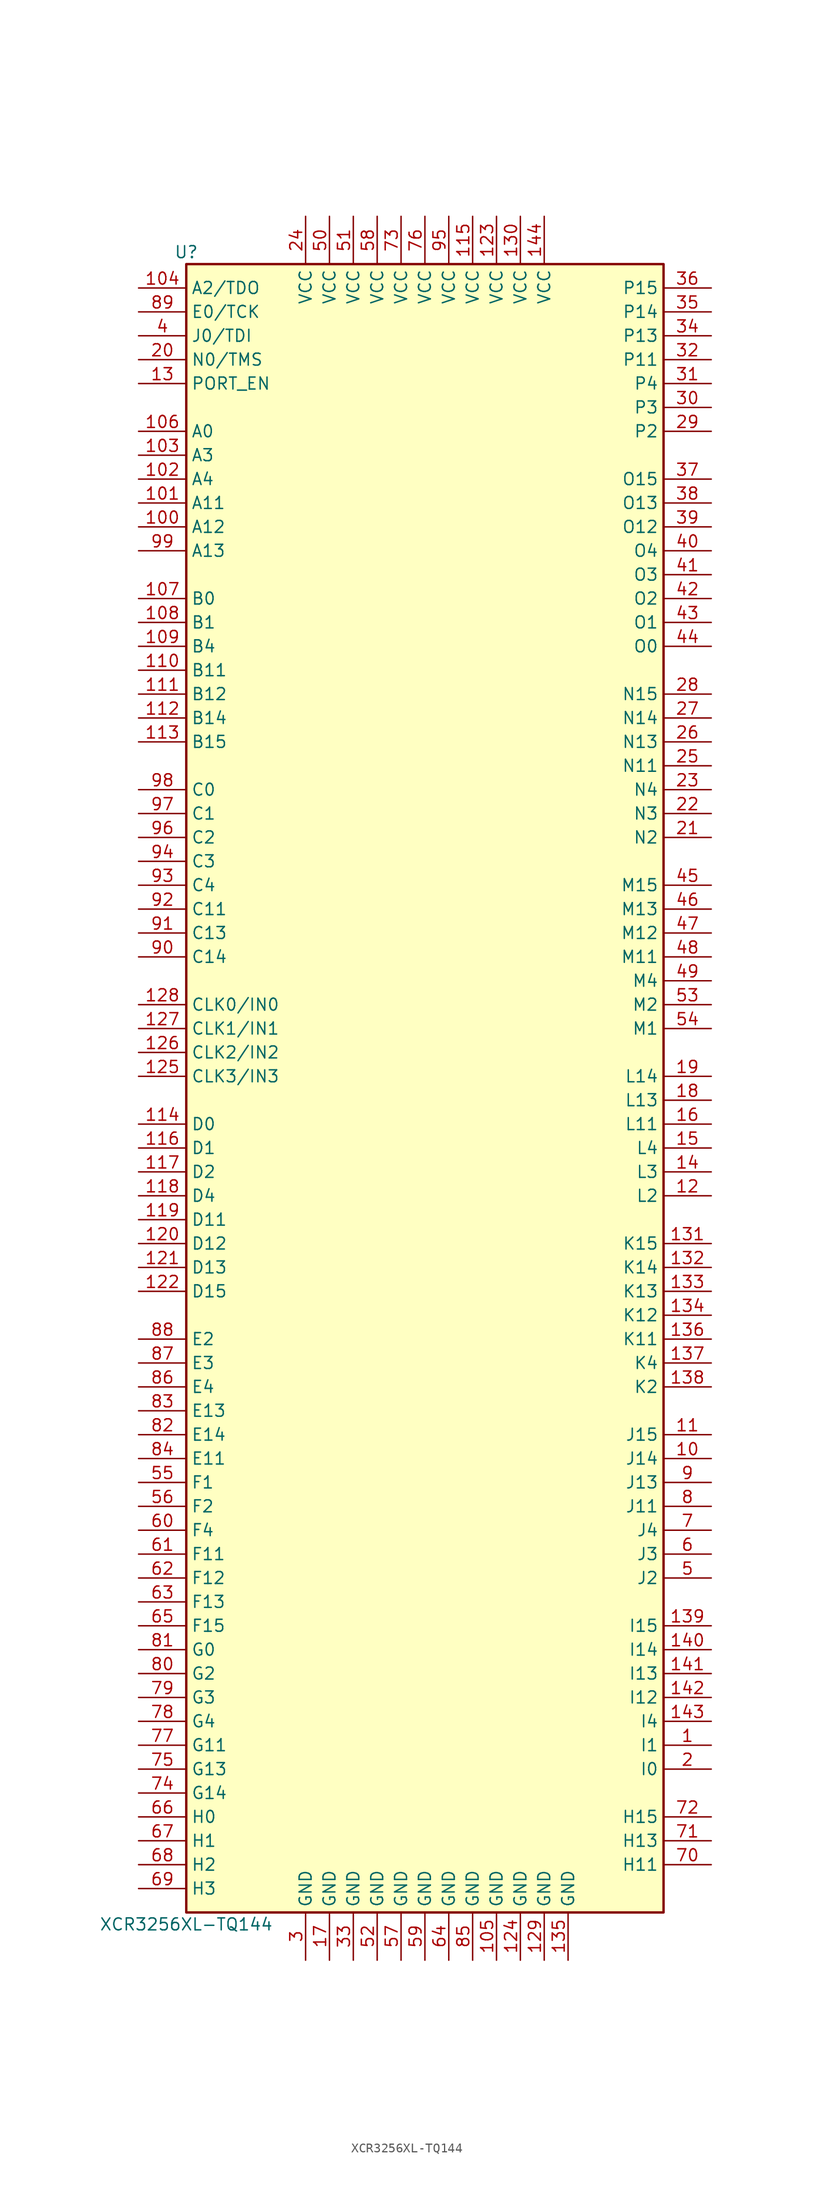
<source format=kicad_sym>
(kicad_symbol_lib
  (version 20201005)
  (generator kicad_symbol_editor)
  (symbol "XCR3256XL-TQ144"
    (property "Reference" "U"
      (at -25.4 87.63 0)
      (effects (font (size 1.27 1.27))))
    (property "Value" "XCR3256XL-TQ144"
      (at -25.4 -90.17 0)
      (effects (font (size 1.27 1.27))))
    (symbol "XCR3256XL-TQ144_1_1"
      (rectangle (start -25.4 86.36) (end 25.4 -88.9) (stroke (width 0.254)) (fill (type background)))
      (pin passive line (at 30.48 -71.12 180) (length 5.08) (name "I1" (effects (font (size 1.27 1.27)))) (number "1" (effects (font (size 1.27 1.27)))))
      (pin passive line (at 30.48 -40.64 180) (length 5.08) (name "J14" (effects (font (size 1.27 1.27)))) (number "10" (effects (font (size 1.27 1.27)))))
      (pin passive line (at -30.48 58.42 0) (length 5.08) (name "A12" (effects (font (size 1.27 1.27)))) (number "100" (effects (font (size 1.27 1.27)))))
      (pin passive line (at -30.48 60.96 0) (length 5.08) (name "A11" (effects (font (size 1.27 1.27)))) (number "101" (effects (font (size 1.27 1.27)))))
      (pin passive line (at -30.48 63.5 0) (length 5.08) (name "A4" (effects (font (size 1.27 1.27)))) (number "102" (effects (font (size 1.27 1.27)))))
      (pin passive line (at -30.48 66.04 0) (length 5.08) (name "A3" (effects (font (size 1.27 1.27)))) (number "103" (effects (font (size 1.27 1.27)))))
      (pin passive line (at -30.48 83.82 0) (length 5.08) (name "A2/TDO" (effects (font (size 1.27 1.27)))) (number "104" (effects (font (size 1.27 1.27)))))
      (pin power_in line (at 7.62 -93.98 90) (length 5.08) (name "GND" (effects (font (size 1.27 1.27)))) (number "105" (effects (font (size 1.27 1.27)))))
      (pin passive line (at -30.48 68.58 0) (length 5.08) (name "A0" (effects (font (size 1.27 1.27)))) (number "106" (effects (font (size 1.27 1.27)))))
      (pin passive line (at -30.48 50.8 0) (length 5.08) (name "B0" (effects (font (size 1.27 1.27)))) (number "107" (effects (font (size 1.27 1.27)))))
      (pin passive line (at -30.48 48.26 0) (length 5.08) (name "B1" (effects (font (size 1.27 1.27)))) (number "108" (effects (font (size 1.27 1.27)))))
      (pin passive line (at -30.48 45.72 0) (length 5.08) (name "B4" (effects (font (size 1.27 1.27)))) (number "109" (effects (font (size 1.27 1.27)))))
      (pin passive line (at 30.48 -38.1 180) (length 5.08) (name "J15" (effects (font (size 1.27 1.27)))) (number "11" (effects (font (size 1.27 1.27)))))
      (pin passive line (at -30.48 43.18 0) (length 5.08) (name "B11" (effects (font (size 1.27 1.27)))) (number "110" (effects (font (size 1.27 1.27)))))
      (pin passive line (at -30.48 40.64 0) (length 5.08) (name "B12" (effects (font (size 1.27 1.27)))) (number "111" (effects (font (size 1.27 1.27)))))
      (pin passive line (at -30.48 38.1 0) (length 5.08) (name "B14" (effects (font (size 1.27 1.27)))) (number "112" (effects (font (size 1.27 1.27)))))
      (pin passive line (at -30.48 35.56 0) (length 5.08) (name "B15" (effects (font (size 1.27 1.27)))) (number "113" (effects (font (size 1.27 1.27)))))
      (pin passive line (at -30.48 -5.08 0) (length 5.08) (name "D0" (effects (font (size 1.27 1.27)))) (number "114" (effects (font (size 1.27 1.27)))))
      (pin power_in line (at 5.08 91.44 270) (length 5.08) (name "VCC" (effects (font (size 1.27 1.27)))) (number "115" (effects (font (size 1.27 1.27)))))
      (pin passive line (at -30.48 -7.62 0) (length 5.08) (name "D1" (effects (font (size 1.27 1.27)))) (number "116" (effects (font (size 1.27 1.27)))))
      (pin passive line (at -30.48 -10.16 0) (length 5.08) (name "D2" (effects (font (size 1.27 1.27)))) (number "117" (effects (font (size 1.27 1.27)))))
      (pin passive line (at -30.48 -12.7 0) (length 5.08) (name "D4" (effects (font (size 1.27 1.27)))) (number "118" (effects (font (size 1.27 1.27)))))
      (pin passive line (at -30.48 -15.24 0) (length 5.08) (name "D11" (effects (font (size 1.27 1.27)))) (number "119" (effects (font (size 1.27 1.27)))))
      (pin passive line (at 30.48 -12.7 180) (length 5.08) (name "L2" (effects (font (size 1.27 1.27)))) (number "12" (effects (font (size 1.27 1.27)))))
      (pin passive line (at -30.48 -17.78 0) (length 5.08) (name "D12" (effects (font (size 1.27 1.27)))) (number "120" (effects (font (size 1.27 1.27)))))
      (pin passive line (at -30.48 -20.32 0) (length 5.08) (name "D13" (effects (font (size 1.27 1.27)))) (number "121" (effects (font (size 1.27 1.27)))))
      (pin passive line (at -30.48 -22.86 0) (length 5.08) (name "D15" (effects (font (size 1.27 1.27)))) (number "122" (effects (font (size 1.27 1.27)))))
      (pin power_in line (at 7.62 91.44 270) (length 5.08) (name "VCC" (effects (font (size 1.27 1.27)))) (number "123" (effects (font (size 1.27 1.27)))))
      (pin power_in line (at 10.16 -93.98 90) (length 5.08) (name "GND" (effects (font (size 1.27 1.27)))) (number "124" (effects (font (size 1.27 1.27)))))
      (pin input line (at -30.48 0 0) (length 5.08) (name "CLK3/IN3" (effects (font (size 1.27 1.27)))) (number "125" (effects (font (size 1.27 1.27)))))
      (pin input line (at -30.48 2.54 0) (length 5.08) (name "CLK2/IN2" (effects (font (size 1.27 1.27)))) (number "126" (effects (font (size 1.27 1.27)))))
      (pin input line (at -30.48 5.08 0) (length 5.08) (name "CLK1/IN1" (effects (font (size 1.27 1.27)))) (number "127" (effects (font (size 1.27 1.27)))))
      (pin input line (at -30.48 7.62 0) (length 5.08) (name "CLK0/IN0" (effects (font (size 1.27 1.27)))) (number "128" (effects (font (size 1.27 1.27)))))
      (pin power_in line (at 12.7 -93.98 90) (length 5.08) (name "GND" (effects (font (size 1.27 1.27)))) (number "129" (effects (font (size 1.27 1.27)))))
      (pin passive line (at -30.48 73.66 0) (length 5.08) (name "PORT_EN" (effects (font (size 1.27 1.27)))) (number "13" (effects (font (size 1.27 1.27)))))
      (pin power_in line (at 10.16 91.44 270) (length 5.08) (name "VCC" (effects (font (size 1.27 1.27)))) (number "130" (effects (font (size 1.27 1.27)))))
      (pin passive line (at 30.48 -17.78 180) (length 5.08) (name "K15" (effects (font (size 1.27 1.27)))) (number "131" (effects (font (size 1.27 1.27)))))
      (pin passive line (at 30.48 -20.32 180) (length 5.08) (name "K14" (effects (font (size 1.27 1.27)))) (number "132" (effects (font (size 1.27 1.27)))))
      (pin passive line (at 30.48 -22.86 180) (length 5.08) (name "K13" (effects (font (size 1.27 1.27)))) (number "133" (effects (font (size 1.27 1.27)))))
      (pin passive line (at 30.48 -25.4 180) (length 5.08) (name "K12" (effects (font (size 1.27 1.27)))) (number "134" (effects (font (size 1.27 1.27)))))
      (pin power_in line (at 15.24 -93.98 90) (length 5.08) (name "GND" (effects (font (size 1.27 1.27)))) (number "135" (effects (font (size 1.27 1.27)))))
      (pin passive line (at 30.48 -27.94 180) (length 5.08) (name "K11" (effects (font (size 1.27 1.27)))) (number "136" (effects (font (size 1.27 1.27)))))
      (pin passive line (at 30.48 -30.48 180) (length 5.08) (name "K4" (effects (font (size 1.27 1.27)))) (number "137" (effects (font (size 1.27 1.27)))))
      (pin passive line (at 30.48 -33.02 180) (length 5.08) (name "K2" (effects (font (size 1.27 1.27)))) (number "138" (effects (font (size 1.27 1.27)))))
      (pin passive line (at 30.48 -58.42 180) (length 5.08) (name "I15" (effects (font (size 1.27 1.27)))) (number "139" (effects (font (size 1.27 1.27)))))
      (pin passive line (at 30.48 -10.16 180) (length 5.08) (name "L3" (effects (font (size 1.27 1.27)))) (number "14" (effects (font (size 1.27 1.27)))))
      (pin passive line (at 30.48 -60.96 180) (length 5.08) (name "I14" (effects (font (size 1.27 1.27)))) (number "140" (effects (font (size 1.27 1.27)))))
      (pin passive line (at 30.48 -63.5 180) (length 5.08) (name "I13" (effects (font (size 1.27 1.27)))) (number "141" (effects (font (size 1.27 1.27)))))
      (pin passive line (at 30.48 -66.04 180) (length 5.08) (name "I12" (effects (font (size 1.27 1.27)))) (number "142" (effects (font (size 1.27 1.27)))))
      (pin passive line (at 30.48 -68.58 180) (length 5.08) (name "I4" (effects (font (size 1.27 1.27)))) (number "143" (effects (font (size 1.27 1.27)))))
      (pin power_in line (at 12.7 91.44 270) (length 5.08) (name "VCC" (effects (font (size 1.27 1.27)))) (number "144" (effects (font (size 1.27 1.27)))))
      (pin passive line (at 30.48 -7.62 180) (length 5.08) (name "L4" (effects (font (size 1.27 1.27)))) (number "15" (effects (font (size 1.27 1.27)))))
      (pin passive line (at 30.48 -5.08 180) (length 5.08) (name "L11" (effects (font (size 1.27 1.27)))) (number "16" (effects (font (size 1.27 1.27)))))
      (pin power_in line (at -10.16 -93.98 90) (length 5.08) (name "GND" (effects (font (size 1.27 1.27)))) (number "17" (effects (font (size 1.27 1.27)))))
      (pin passive line (at 30.48 -2.54 180) (length 5.08) (name "L13" (effects (font (size 1.27 1.27)))) (number "18" (effects (font (size 1.27 1.27)))))
      (pin passive line (at 30.48 0 180) (length 5.08) (name "L14" (effects (font (size 1.27 1.27)))) (number "19" (effects (font (size 1.27 1.27)))))
      (pin passive line (at 30.48 -73.66 180) (length 5.08) (name "I0" (effects (font (size 1.27 1.27)))) (number "2" (effects (font (size 1.27 1.27)))))
      (pin passive line (at -30.48 76.2 0) (length 5.08) (name "N0/TMS" (effects (font (size 1.27 1.27)))) (number "20" (effects (font (size 1.27 1.27)))))
      (pin passive line (at 30.48 25.4 180) (length 5.08) (name "N2" (effects (font (size 1.27 1.27)))) (number "21" (effects (font (size 1.27 1.27)))))
      (pin passive line (at 30.48 27.94 180) (length 5.08) (name "N3" (effects (font (size 1.27 1.27)))) (number "22" (effects (font (size 1.27 1.27)))))
      (pin passive line (at 30.48 30.48 180) (length 5.08) (name "N4" (effects (font (size 1.27 1.27)))) (number "23" (effects (font (size 1.27 1.27)))))
      (pin power_in line (at -12.7 91.44 270) (length 5.08) (name "VCC" (effects (font (size 1.27 1.27)))) (number "24" (effects (font (size 1.27 1.27)))))
      (pin passive line (at 30.48 33.02 180) (length 5.08) (name "N11" (effects (font (size 1.27 1.27)))) (number "25" (effects (font (size 1.27 1.27)))))
      (pin passive line (at 30.48 35.56 180) (length 5.08) (name "N13" (effects (font (size 1.27 1.27)))) (number "26" (effects (font (size 1.27 1.27)))))
      (pin passive line (at 30.48 38.1 180) (length 5.08) (name "N14" (effects (font (size 1.27 1.27)))) (number "27" (effects (font (size 1.27 1.27)))))
      (pin passive line (at 30.48 40.64 180) (length 5.08) (name "N15" (effects (font (size 1.27 1.27)))) (number "28" (effects (font (size 1.27 1.27)))))
      (pin passive line (at 30.48 68.58 180) (length 5.08) (name "P2" (effects (font (size 1.27 1.27)))) (number "29" (effects (font (size 1.27 1.27)))))
      (pin power_in line (at -12.7 -93.98 90) (length 5.08) (name "GND" (effects (font (size 1.27 1.27)))) (number "3" (effects (font (size 1.27 1.27)))))
      (pin passive line (at 30.48 71.12 180) (length 5.08) (name "P3" (effects (font (size 1.27 1.27)))) (number "30" (effects (font (size 1.27 1.27)))))
      (pin passive line (at 30.48 73.66 180) (length 5.08) (name "P4" (effects (font (size 1.27 1.27)))) (number "31" (effects (font (size 1.27 1.27)))))
      (pin passive line (at 30.48 76.2 180) (length 5.08) (name "P11" (effects (font (size 1.27 1.27)))) (number "32" (effects (font (size 1.27 1.27)))))
      (pin power_in line (at -7.62 -93.98 90) (length 5.08) (name "GND" (effects (font (size 1.27 1.27)))) (number "33" (effects (font (size 1.27 1.27)))))
      (pin passive line (at 30.48 78.74 180) (length 5.08) (name "P13" (effects (font (size 1.27 1.27)))) (number "34" (effects (font (size 1.27 1.27)))))
      (pin passive line (at 30.48 81.28 180) (length 5.08) (name "P14" (effects (font (size 1.27 1.27)))) (number "35" (effects (font (size 1.27 1.27)))))
      (pin passive line (at 30.48 83.82 180) (length 5.08) (name "P15" (effects (font (size 1.27 1.27)))) (number "36" (effects (font (size 1.27 1.27)))))
      (pin passive line (at 30.48 63.5 180) (length 5.08) (name "O15" (effects (font (size 1.27 1.27)))) (number "37" (effects (font (size 1.27 1.27)))))
      (pin passive line (at 30.48 60.96 180) (length 5.08) (name "O13" (effects (font (size 1.27 1.27)))) (number "38" (effects (font (size 1.27 1.27)))))
      (pin passive line (at 30.48 58.42 180) (length 5.08) (name "O12" (effects (font (size 1.27 1.27)))) (number "39" (effects (font (size 1.27 1.27)))))
      (pin passive line (at -30.48 78.74 0) (length 5.08) (name "J0/TDI" (effects (font (size 1.27 1.27)))) (number "4" (effects (font (size 1.27 1.27)))))
      (pin passive line (at 30.48 55.88 180) (length 5.08) (name "O4" (effects (font (size 1.27 1.27)))) (number "40" (effects (font (size 1.27 1.27)))))
      (pin passive line (at 30.48 53.34 180) (length 5.08) (name "O3" (effects (font (size 1.27 1.27)))) (number "41" (effects (font (size 1.27 1.27)))))
      (pin passive line (at 30.48 50.8 180) (length 5.08) (name "O2" (effects (font (size 1.27 1.27)))) (number "42" (effects (font (size 1.27 1.27)))))
      (pin passive line (at 30.48 48.26 180) (length 5.08) (name "O1" (effects (font (size 1.27 1.27)))) (number "43" (effects (font (size 1.27 1.27)))))
      (pin passive line (at 30.48 45.72 180) (length 5.08) (name "O0" (effects (font (size 1.27 1.27)))) (number "44" (effects (font (size 1.27 1.27)))))
      (pin passive line (at 30.48 20.32 180) (length 5.08) (name "M15" (effects (font (size 1.27 1.27)))) (number "45" (effects (font (size 1.27 1.27)))))
      (pin passive line (at 30.48 17.78 180) (length 5.08) (name "M13" (effects (font (size 1.27 1.27)))) (number "46" (effects (font (size 1.27 1.27)))))
      (pin passive line (at 30.48 15.24 180) (length 5.08) (name "M12" (effects (font (size 1.27 1.27)))) (number "47" (effects (font (size 1.27 1.27)))))
      (pin passive line (at 30.48 12.7 180) (length 5.08) (name "M11" (effects (font (size 1.27 1.27)))) (number "48" (effects (font (size 1.27 1.27)))))
      (pin passive line (at 30.48 10.16 180) (length 5.08) (name "M4" (effects (font (size 1.27 1.27)))) (number "49" (effects (font (size 1.27 1.27)))))
      (pin passive line (at 30.48 -53.34 180) (length 5.08) (name "J2" (effects (font (size 1.27 1.27)))) (number "5" (effects (font (size 1.27 1.27)))))
      (pin power_in line (at -10.16 91.44 270) (length 5.08) (name "VCC" (effects (font (size 1.27 1.27)))) (number "50" (effects (font (size 1.27 1.27)))))
      (pin power_in line (at -7.62 91.44 270) (length 5.08) (name "VCC" (effects (font (size 1.27 1.27)))) (number "51" (effects (font (size 1.27 1.27)))))
      (pin power_in line (at -5.08 -93.98 90) (length 5.08) (name "GND" (effects (font (size 1.27 1.27)))) (number "52" (effects (font (size 1.27 1.27)))))
      (pin passive line (at 30.48 7.62 180) (length 5.08) (name "M2" (effects (font (size 1.27 1.27)))) (number "53" (effects (font (size 1.27 1.27)))))
      (pin passive line (at 30.48 5.08 180) (length 5.08) (name "M1" (effects (font (size 1.27 1.27)))) (number "54" (effects (font (size 1.27 1.27)))))
      (pin passive line (at -30.48 -43.18 0) (length 5.08) (name "F1" (effects (font (size 1.27 1.27)))) (number "55" (effects (font (size 1.27 1.27)))))
      (pin passive line (at -30.48 -45.72 0) (length 5.08) (name "F2" (effects (font (size 1.27 1.27)))) (number "56" (effects (font (size 1.27 1.27)))))
      (pin power_in line (at -2.54 -93.98 90) (length 5.08) (name "GND" (effects (font (size 1.27 1.27)))) (number "57" (effects (font (size 1.27 1.27)))))
      (pin power_in line (at -5.08 91.44 270) (length 5.08) (name "VCC" (effects (font (size 1.27 1.27)))) (number "58" (effects (font (size 1.27 1.27)))))
      (pin power_in line (at 0 -93.98 90) (length 5.08) (name "GND" (effects (font (size 1.27 1.27)))) (number "59" (effects (font (size 1.27 1.27)))))
      (pin passive line (at 30.48 -50.8 180) (length 5.08) (name "J3" (effects (font (size 1.27 1.27)))) (number "6" (effects (font (size 1.27 1.27)))))
      (pin passive line (at -30.48 -48.26 0) (length 5.08) (name "F4" (effects (font (size 1.27 1.27)))) (number "60" (effects (font (size 1.27 1.27)))))
      (pin passive line (at -30.48 -50.8 0) (length 5.08) (name "F11" (effects (font (size 1.27 1.27)))) (number "61" (effects (font (size 1.27 1.27)))))
      (pin passive line (at -30.48 -53.34 0) (length 5.08) (name "F12" (effects (font (size 1.27 1.27)))) (number "62" (effects (font (size 1.27 1.27)))))
      (pin passive line (at -30.48 -55.88 0) (length 5.08) (name "F13" (effects (font (size 1.27 1.27)))) (number "63" (effects (font (size 1.27 1.27)))))
      (pin power_in line (at 2.54 -93.98 90) (length 5.08) (name "GND" (effects (font (size 1.27 1.27)))) (number "64" (effects (font (size 1.27 1.27)))))
      (pin passive line (at -30.48 -58.42 0) (length 5.08) (name "F15" (effects (font (size 1.27 1.27)))) (number "65" (effects (font (size 1.27 1.27)))))
      (pin passive line (at -30.48 -78.74 0) (length 5.08) (name "H0" (effects (font (size 1.27 1.27)))) (number "66" (effects (font (size 1.27 1.27)))))
      (pin passive line (at -30.48 -81.28 0) (length 5.08) (name "H1" (effects (font (size 1.27 1.27)))) (number "67" (effects (font (size 1.27 1.27)))))
      (pin passive line (at -30.48 -83.82 0) (length 5.08) (name "H2" (effects (font (size 1.27 1.27)))) (number "68" (effects (font (size 1.27 1.27)))))
      (pin passive line (at -30.48 -86.36 0) (length 5.08) (name "H3" (effects (font (size 1.27 1.27)))) (number "69" (effects (font (size 1.27 1.27)))))
      (pin passive line (at 30.48 -48.26 180) (length 5.08) (name "J4" (effects (font (size 1.27 1.27)))) (number "7" (effects (font (size 1.27 1.27)))))
      (pin passive line (at 30.48 -83.82 180) (length 5.08) (name "H11" (effects (font (size 1.27 1.27)))) (number "70" (effects (font (size 1.27 1.27)))))
      (pin passive line (at 30.48 -81.28 180) (length 5.08) (name "H13" (effects (font (size 1.27 1.27)))) (number "71" (effects (font (size 1.27 1.27)))))
      (pin passive line (at 30.48 -78.74 180) (length 5.08) (name "H15" (effects (font (size 1.27 1.27)))) (number "72" (effects (font (size 1.27 1.27)))))
      (pin power_in line (at -2.54 91.44 270) (length 5.08) (name "VCC" (effects (font (size 1.27 1.27)))) (number "73" (effects (font (size 1.27 1.27)))))
      (pin passive line (at -30.48 -76.2 0) (length 5.08) (name "G14" (effects (font (size 1.27 1.27)))) (number "74" (effects (font (size 1.27 1.27)))))
      (pin passive line (at -30.48 -73.66 0) (length 5.08) (name "G13" (effects (font (size 1.27 1.27)))) (number "75" (effects (font (size 1.27 1.27)))))
      (pin power_in line (at 0 91.44 270) (length 5.08) (name "VCC" (effects (font (size 1.27 1.27)))) (number "76" (effects (font (size 1.27 1.27)))))
      (pin passive line (at -30.48 -71.12 0) (length 5.08) (name "G11" (effects (font (size 1.27 1.27)))) (number "77" (effects (font (size 1.27 1.27)))))
      (pin passive line (at -30.48 -68.58 0) (length 5.08) (name "G4" (effects (font (size 1.27 1.27)))) (number "78" (effects (font (size 1.27 1.27)))))
      (pin passive line (at -30.48 -66.04 0) (length 5.08) (name "G3" (effects (font (size 1.27 1.27)))) (number "79" (effects (font (size 1.27 1.27)))))
      (pin passive line (at 30.48 -45.72 180) (length 5.08) (name "J11" (effects (font (size 1.27 1.27)))) (number "8" (effects (font (size 1.27 1.27)))))
      (pin passive line (at -30.48 -63.5 0) (length 5.08) (name "G2" (effects (font (size 1.27 1.27)))) (number "80" (effects (font (size 1.27 1.27)))))
      (pin input line (at -30.48 -60.96 0) (length 5.08) (name "G0" (effects (font (size 1.27 1.27)))) (number "81" (effects (font (size 1.27 1.27)))))
      (pin passive line (at -30.48 -38.1 0) (length 5.08) (name "E14" (effects (font (size 1.27 1.27)))) (number "82" (effects (font (size 1.27 1.27)))))
      (pin passive line (at -30.48 -35.56 0) (length 5.08) (name "E13" (effects (font (size 1.27 1.27)))) (number "83" (effects (font (size 1.27 1.27)))))
      (pin passive line (at -30.48 -40.64 0) (length 5.08) (name "E11" (effects (font (size 1.27 1.27)))) (number "84" (effects (font (size 1.27 1.27)))))
      (pin power_in line (at 5.08 -93.98 90) (length 5.08) (name "GND" (effects (font (size 1.27 1.27)))) (number "85" (effects (font (size 1.27 1.27)))))
      (pin passive line (at -30.48 -33.02 0) (length 5.08) (name "E4" (effects (font (size 1.27 1.27)))) (number "86" (effects (font (size 1.27 1.27)))))
      (pin passive line (at -30.48 -30.48 0) (length 5.08) (name "E3" (effects (font (size 1.27 1.27)))) (number "87" (effects (font (size 1.27 1.27)))))
      (pin passive line (at -30.48 -27.94 0) (length 5.08) (name "E2" (effects (font (size 1.27 1.27)))) (number "88" (effects (font (size 1.27 1.27)))))
      (pin passive line (at -30.48 81.28 0) (length 5.08) (name "E0/TCK" (effects (font (size 1.27 1.27)))) (number "89" (effects (font (size 1.27 1.27)))))
      (pin passive line (at 30.48 -43.18 180) (length 5.08) (name "J13" (effects (font (size 1.27 1.27)))) (number "9" (effects (font (size 1.27 1.27)))))
      (pin passive line (at -30.48 12.7 0) (length 5.08) (name "C14" (effects (font (size 1.27 1.27)))) (number "90" (effects (font (size 1.27 1.27)))))
      (pin passive line (at -30.48 15.24 0) (length 5.08) (name "C13" (effects (font (size 1.27 1.27)))) (number "91" (effects (font (size 1.27 1.27)))))
      (pin passive line (at -30.48 17.78 0) (length 5.08) (name "C11" (effects (font (size 1.27 1.27)))) (number "92" (effects (font (size 1.27 1.27)))))
      (pin passive line (at -30.48 20.32 0) (length 5.08) (name "C4" (effects (font (size 1.27 1.27)))) (number "93" (effects (font (size 1.27 1.27)))))
      (pin passive line (at -30.48 22.86 0) (length 5.08) (name "C3" (effects (font (size 1.27 1.27)))) (number "94" (effects (font (size 1.27 1.27)))))
      (pin power_in line (at 2.54 91.44 270) (length 5.08) (name "VCC" (effects (font (size 1.27 1.27)))) (number "95" (effects (font (size 1.27 1.27)))))
      (pin passive line (at -30.48 25.4 0) (length 5.08) (name "C2" (effects (font (size 1.27 1.27)))) (number "96" (effects (font (size 1.27 1.27)))))
      (pin passive line (at -30.48 27.94 0) (length 5.08) (name "C1" (effects (font (size 1.27 1.27)))) (number "97" (effects (font (size 1.27 1.27)))))
      (pin passive line (at -30.48 30.48 0) (length 5.08) (name "C0" (effects (font (size 1.27 1.27)))) (number "98" (effects (font (size 1.27 1.27)))))
      (pin passive line (at -30.48 55.88 0) (length 5.08) (name "A13" (effects (font (size 1.27 1.27)))) (number "99" (effects (font (size 1.27 1.27))))))))
</source>
